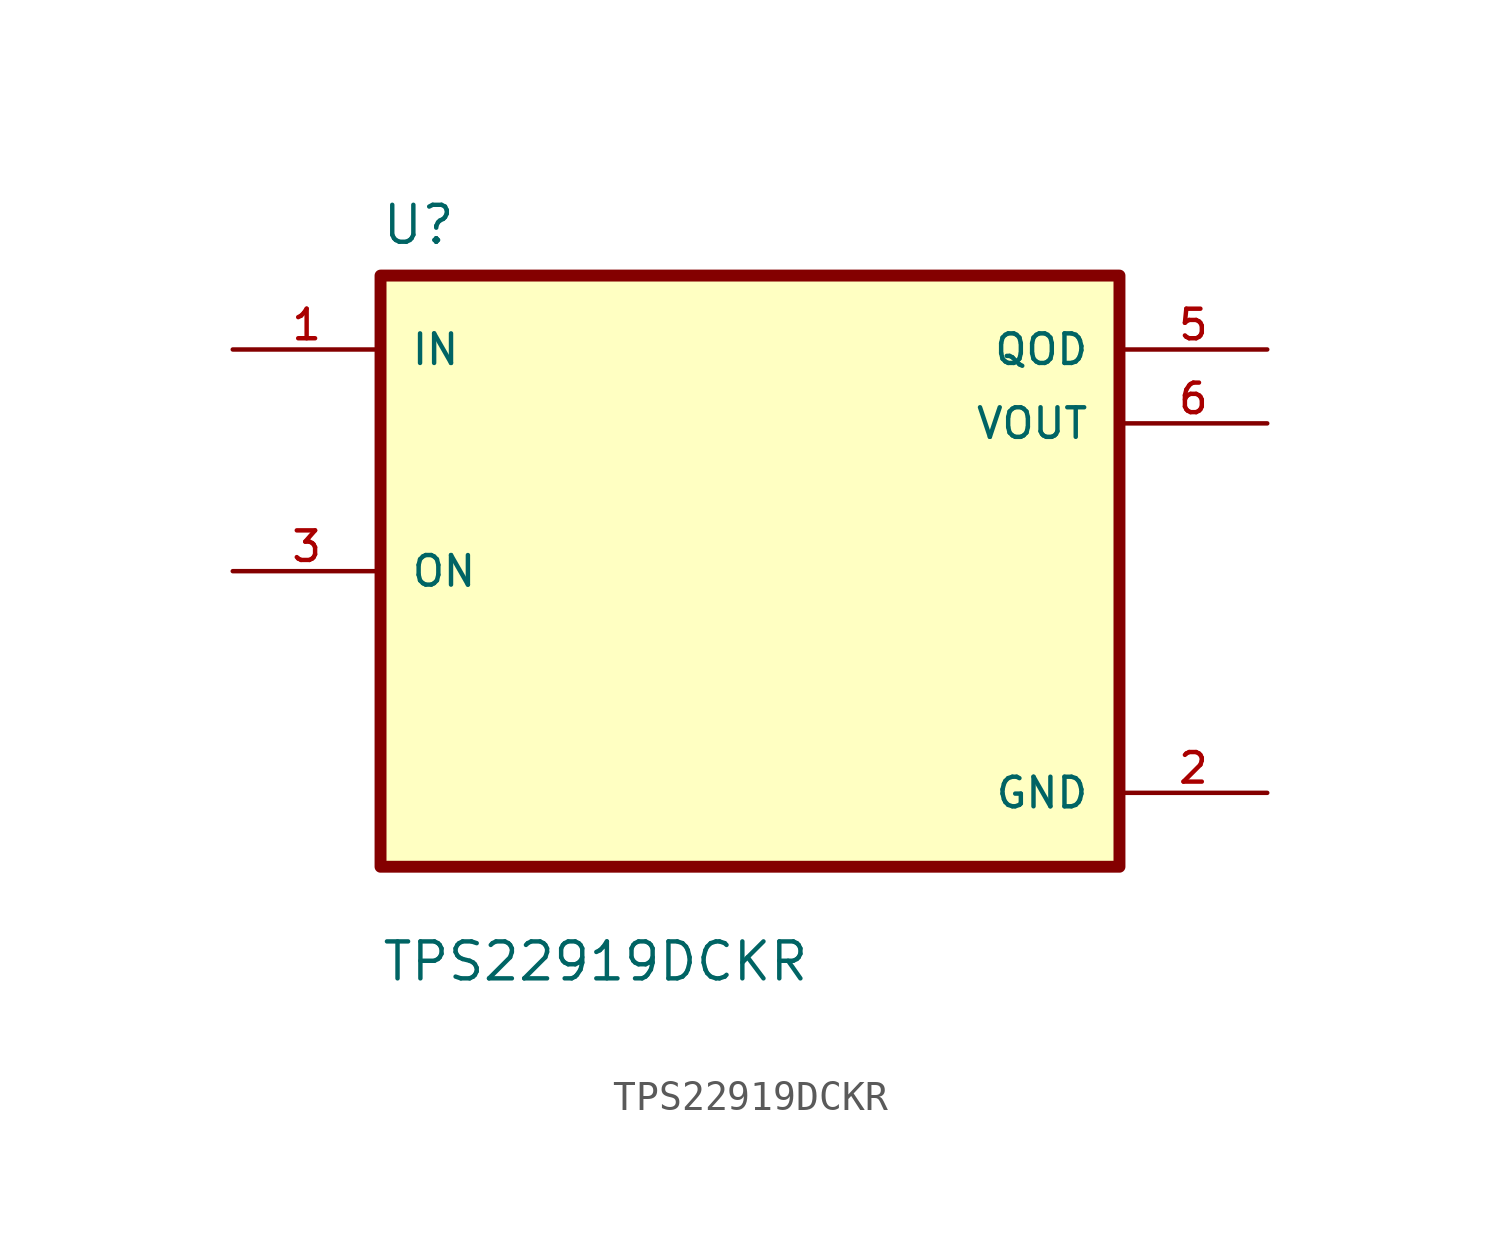
<source format=kicad_sym>
(kicad_symbol_lib
  (version 20231120)
  (generator "kicad_symbol_editor")
  (generator_version "8.0")
  (symbol "TPS22919DCKR"
    (pin_names
      (offset 1.016))
    (property "Reference" "U"
      (at -12.7 11.16 0)
      (effects (font (size 1.27 1.27)) (justify left bottom)))
    (property "Value" "TPS22919DCKR"
      (at -12.7 -14.16 0)
      (effects (font (size 1.27 1.27)) (justify left bottom)))
    (symbol "TPS22919DCKR_0_0"
      (rectangle (start -12.7 -10.16) (end 12.7 10.16) (stroke (width 0.41) (type default)) (fill (type background)))
      (pin input line (at -17.78 7.62 0) (length 5.08) (name "IN" (effects (font (size 1.016 1.016)))) (number "1" (effects (font (size 1.016 1.016)))))
      (pin power_in line (at 17.78 -7.62 180) (length 5.08) (name "GND" (effects (font (size 1.016 1.016)))) (number "2" (effects (font (size 1.016 1.016)))))
      (pin bidirectional line (at -17.78 0 0) (length 5.08) (name "ON" (effects (font (size 1.016 1.016)))) (number "3" (effects (font (size 1.016 1.016)))))
      (pin output line (at 17.78 7.62 180) (length 5.08) (name "QOD" (effects (font (size 1.016 1.016)))) (number "5" (effects (font (size 1.016 1.016)))))
      (pin output line (at 17.78 5.08 180) (length 5.08) (name "VOUT" (effects (font (size 1.016 1.016)))) (number "6" (effects (font (size 1.016 1.016))))))))
</source>
